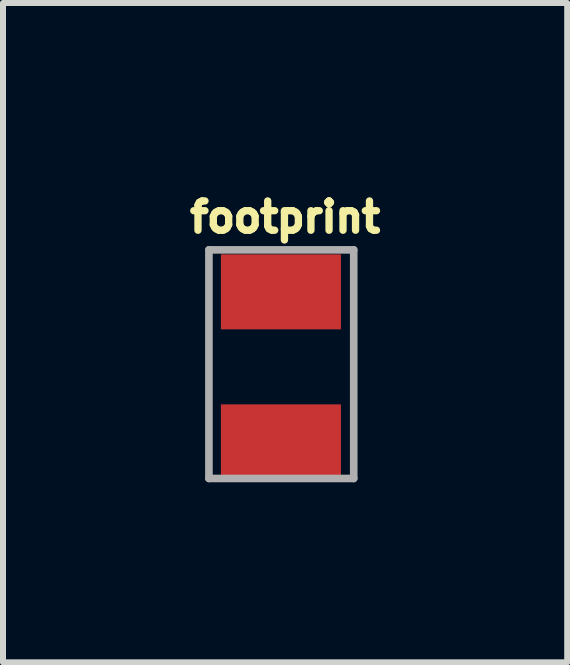
<source format=kicad_pcb>
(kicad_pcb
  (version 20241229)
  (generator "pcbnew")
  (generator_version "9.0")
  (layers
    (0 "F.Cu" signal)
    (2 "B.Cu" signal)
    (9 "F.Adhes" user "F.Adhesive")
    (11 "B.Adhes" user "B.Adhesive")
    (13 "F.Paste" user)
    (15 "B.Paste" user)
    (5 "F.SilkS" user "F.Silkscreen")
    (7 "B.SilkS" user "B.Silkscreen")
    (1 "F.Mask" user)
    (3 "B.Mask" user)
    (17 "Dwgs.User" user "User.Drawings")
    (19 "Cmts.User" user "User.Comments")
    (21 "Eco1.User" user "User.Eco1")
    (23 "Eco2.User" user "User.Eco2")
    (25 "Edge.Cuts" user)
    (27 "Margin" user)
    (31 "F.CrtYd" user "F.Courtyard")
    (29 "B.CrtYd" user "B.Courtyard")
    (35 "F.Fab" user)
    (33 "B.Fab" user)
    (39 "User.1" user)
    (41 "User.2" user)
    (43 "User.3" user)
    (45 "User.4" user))
  (footprint "footprint"
    (layer "F.Cu")
    (at 1.702 3.019)
    (property "Reference" "footprint" (at 0 -2.166 0) (layer "F.SilkS") (effects (font (size 0.488 0.488) (thickness 0.122)) (justify bottom)))
    (fp_line (start -1.27 -1.905) (end -1.27 1.905) (stroke (width 0.127) (type solid)) (layer "F.Fab"))
    (fp_line (start -1.27 1.905) (end 1.143 1.905) (stroke (width 0.127) (type solid)) (layer "F.Fab"))
    (fp_line (start 1.143 -1.905) (end -1.27 -1.905) (stroke (width 0.127) (type solid)) (layer "F.Fab"))
    (fp_line (start 1.143 1.905) (end 1.143 -1.905) (stroke (width 0.127) (type solid)) (layer "F.Fab"))
    (pad "P$1" smd rect (at -0.07 -1.205) (size 2 1.25) (layers "F.Cu" "F.Mask" "F.Paste"))
    (pad "P$2" smd rect (at -0.07 1.295) (size 2 1.25) (layers "F.Cu" "F.Mask" "F.Paste")))
  (gr_rect
    (start -3 -3)
    (end 6.403 7.988)
    (stroke (width 0.1) (type default))
    (fill no)
    (layer "Edge.Cuts")))
</source>
